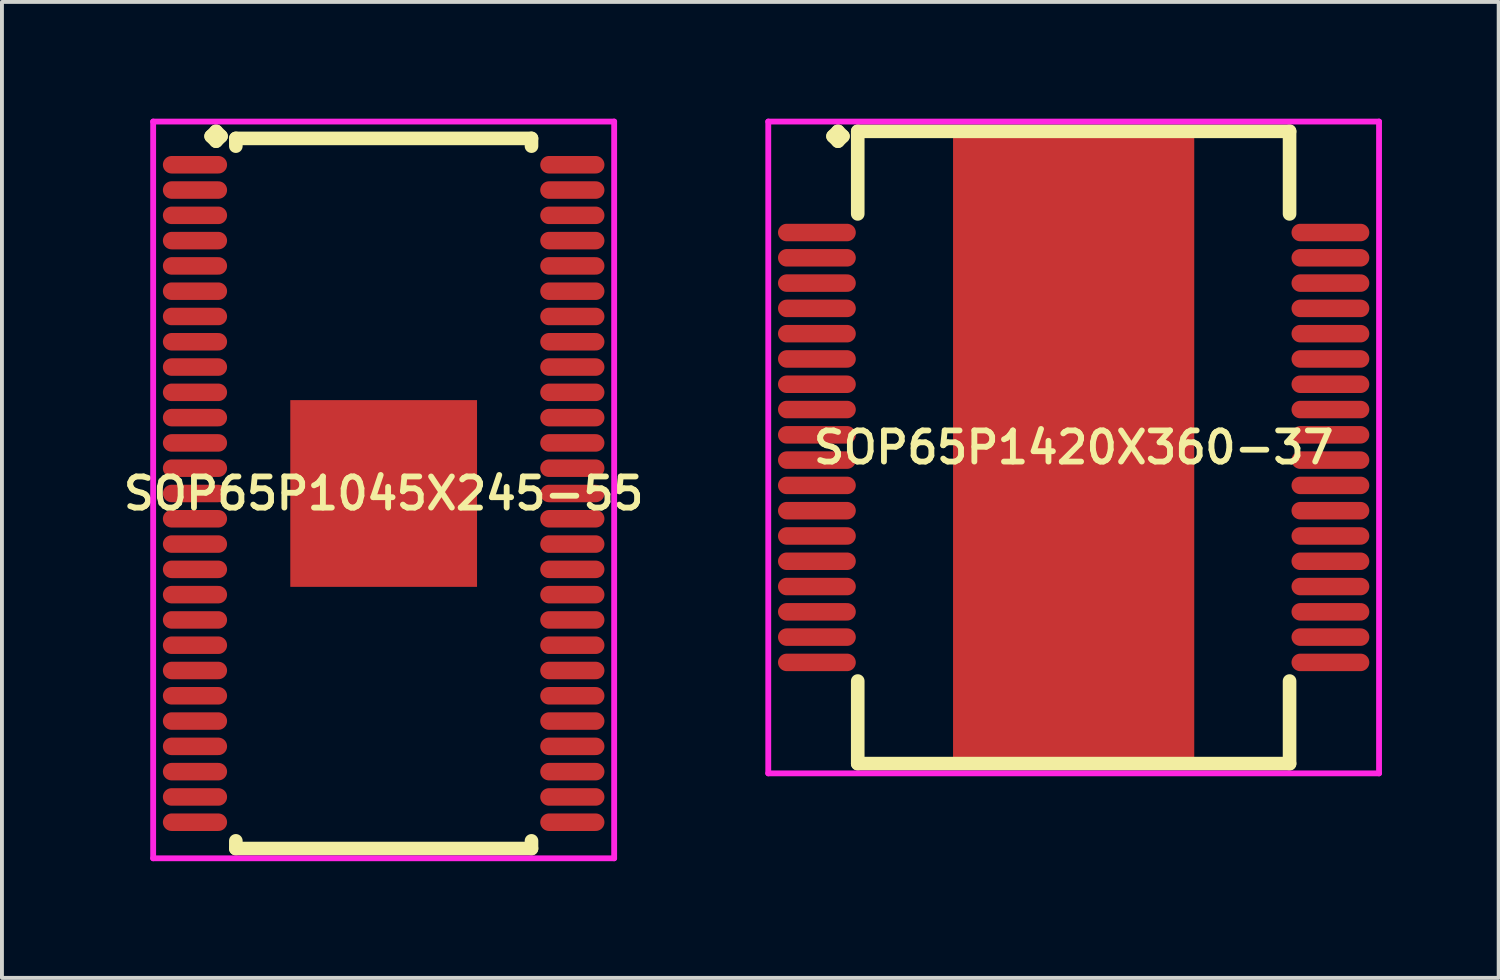
<source format=kicad_pcb>
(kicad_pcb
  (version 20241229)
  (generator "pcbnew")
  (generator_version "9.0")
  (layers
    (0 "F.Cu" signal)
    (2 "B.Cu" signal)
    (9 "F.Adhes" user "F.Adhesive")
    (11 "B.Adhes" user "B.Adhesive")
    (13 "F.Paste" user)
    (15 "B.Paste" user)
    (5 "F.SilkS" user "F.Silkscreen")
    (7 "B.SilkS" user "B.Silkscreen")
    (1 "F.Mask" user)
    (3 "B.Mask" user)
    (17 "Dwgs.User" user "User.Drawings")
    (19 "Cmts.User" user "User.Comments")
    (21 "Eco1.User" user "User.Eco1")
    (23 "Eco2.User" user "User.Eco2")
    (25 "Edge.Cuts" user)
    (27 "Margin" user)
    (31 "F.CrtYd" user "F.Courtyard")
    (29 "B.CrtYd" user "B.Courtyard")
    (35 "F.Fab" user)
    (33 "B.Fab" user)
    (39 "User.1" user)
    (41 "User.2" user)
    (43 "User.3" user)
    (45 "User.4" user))
  (footprint "SOP65P1045X245-55"
    (layer "F.Cu")
    (at 6.812 9.635)
    (property "Reference" "SOP65P1045X245-55" (at 0 0 0) (layer "F.SilkS") (effects (font (size 0.8 0.8) (thickness 0.15))))
    (attr smd)
    (fp_line (start -4.435 -9.183) (end -4.308 -9.31) (stroke (width 0.35) (type solid)) (layer "F.SilkS"))
    (fp_line (start -4.308 -9.31) (end -4.181 -9.183) (stroke (width 0.35) (type solid)) (layer "F.SilkS"))
    (fp_line (start -4.308 -9.056) (end -4.435 -9.183) (stroke (width 0.35) (type solid)) (layer "F.SilkS"))
    (fp_line (start -4.181 -9.183) (end -4.308 -9.056) (stroke (width 0.35) (type solid)) (layer "F.SilkS"))
    (fp_line (start -3.8 -9.127) (end 3.8 -9.127) (stroke (width 0.35) (type solid)) (layer "F.SilkS"))
    (fp_line (start -3.8 -8.929) (end -3.8 -9.127) (stroke (width 0.35) (type solid)) (layer "F.SilkS"))
    (fp_line (start -3.8 8.929) (end -3.8 9.127) (stroke (width 0.35) (type solid)) (layer "F.SilkS"))
    (fp_line (start -3.8 9.127) (end 3.8 9.127) (stroke (width 0.35) (type solid)) (layer "F.SilkS"))
    (fp_line (start 3.8 -9.127) (end 3.8 -8.929) (stroke (width 0.35) (type solid)) (layer "F.SilkS"))
    (fp_line (start 3.8 9.127) (end 3.8 8.929) (stroke (width 0.35) (type solid)) (layer "F.SilkS"))
    (fp_line (start -5.925 -9.56) (end 5.925 -9.56) (stroke (width 0.15) (type solid)) (layer "F.CrtYd"))
    (fp_line (start -5.925 9.377) (end -5.925 -9.56) (stroke (width 0.15) (type solid)) (layer "F.CrtYd"))
    (fp_line (start 5.925 -9.56) (end 5.925 9.377) (stroke (width 0.15) (type solid)) (layer "F.CrtYd"))
    (fp_line (start 5.925 9.377) (end -5.925 9.377) (stroke (width 0.15) (type solid)) (layer "F.CrtYd"))
    (pad "1" smd oval (at -4.85 -8.45) (size 1.65 0.45) (layers "F.Cu" "F.Mask" "F.Paste"))
    (pad "2" smd oval (at -4.85 -7.8) (size 1.65 0.45) (layers "F.Cu" "F.Mask" "F.Paste"))
    (pad "3" smd oval (at -4.85 -7.15) (size 1.65 0.45) (layers "F.Cu" "F.Mask" "F.Paste"))
    (pad "4" smd oval (at -4.85 -6.5) (size 1.65 0.45) (layers "F.Cu" "F.Mask" "F.Paste"))
    (pad "5" smd oval (at -4.85 -5.85) (size 1.65 0.45) (layers "F.Cu" "F.Mask" "F.Paste"))
    (pad "6" smd oval (at -4.85 -5.2) (size 1.65 0.45) (layers "F.Cu" "F.Mask" "F.Paste"))
    (pad "7" smd oval (at -4.85 -4.55) (size 1.65 0.45) (layers "F.Cu" "F.Mask" "F.Paste"))
    (pad "8" smd oval (at -4.85 -3.9) (size 1.65 0.45) (layers "F.Cu" "F.Mask" "F.Paste"))
    (pad "9" smd oval (at -4.85 -3.25) (size 1.65 0.45) (layers "F.Cu" "F.Mask" "F.Paste"))
    (pad "10" smd oval (at -4.85 -2.6) (size 1.65 0.45) (layers "F.Cu" "F.Mask" "F.Paste"))
    (pad "11" smd oval (at -4.85 -1.95) (size 1.65 0.45) (layers "F.Cu" "F.Mask" "F.Paste"))
    (pad "12" smd oval (at -4.85 -1.3) (size 1.65 0.45) (layers "F.Cu" "F.Mask" "F.Paste"))
    (pad "13" smd oval (at -4.85 -0.65) (size 1.65 0.45) (layers "F.Cu" "F.Mask" "F.Paste"))
    (pad "14" smd oval (at -4.85 0) (size 1.65 0.45) (layers "F.Cu" "F.Mask" "F.Paste"))
    (pad "15" smd oval (at -4.85 0.65) (size 1.65 0.45) (layers "F.Cu" "F.Mask" "F.Paste"))
    (pad "16" smd oval (at -4.85 1.3) (size 1.65 0.45) (layers "F.Cu" "F.Mask" "F.Paste"))
    (pad "17" smd oval (at -4.85 1.95) (size 1.65 0.45) (layers "F.Cu" "F.Mask" "F.Paste"))
    (pad "18" smd oval (at -4.85 2.6) (size 1.65 0.45) (layers "F.Cu" "F.Mask" "F.Paste"))
    (pad "19" smd oval (at -4.85 3.25) (size 1.65 0.45) (layers "F.Cu" "F.Mask" "F.Paste"))
    (pad "20" smd oval (at -4.85 3.9) (size 1.65 0.45) (layers "F.Cu" "F.Mask" "F.Paste"))
    (pad "21" smd oval (at -4.85 4.55) (size 1.65 0.45) (layers "F.Cu" "F.Mask" "F.Paste"))
    (pad "22" smd oval (at -4.85 5.2) (size 1.65 0.45) (layers "F.Cu" "F.Mask" "F.Paste"))
    (pad "23" smd oval (at -4.85 5.85) (size 1.65 0.45) (layers "F.Cu" "F.Mask" "F.Paste"))
    (pad "24" smd oval (at -4.85 6.5) (size 1.65 0.45) (layers "F.Cu" "F.Mask" "F.Paste"))
    (pad "25" smd oval (at -4.85 7.15) (size 1.65 0.45) (layers "F.Cu" "F.Mask" "F.Paste"))
    (pad "26" smd oval (at -4.85 7.8) (size 1.65 0.45) (layers "F.Cu" "F.Mask" "F.Paste"))
    (pad "27" smd oval (at -4.85 8.45) (size 1.65 0.45) (layers "F.Cu" "F.Mask" "F.Paste"))
    (pad "28" smd oval (at 4.85 8.45) (size 1.65 0.45) (layers "F.Cu" "F.Mask" "F.Paste"))
    (pad "29" smd oval (at 4.85 7.8) (size 1.65 0.45) (layers "F.Cu" "F.Mask" "F.Paste"))
    (pad "30" smd oval (at 4.85 7.15) (size 1.65 0.45) (layers "F.Cu" "F.Mask" "F.Paste"))
    (pad "31" smd oval (at 4.85 6.5) (size 1.65 0.45) (layers "F.Cu" "F.Mask" "F.Paste"))
    (pad "32" smd oval (at 4.85 5.85) (size 1.65 0.45) (layers "F.Cu" "F.Mask" "F.Paste"))
    (pad "33" smd oval (at 4.85 5.2) (size 1.65 0.45) (layers "F.Cu" "F.Mask" "F.Paste"))
    (pad "34" smd oval (at 4.85 4.55) (size 1.65 0.45) (layers "F.Cu" "F.Mask" "F.Paste"))
    (pad "35" smd oval (at 4.85 3.9) (size 1.65 0.45) (layers "F.Cu" "F.Mask" "F.Paste"))
    (pad "36" smd oval (at 4.85 3.25) (size 1.65 0.45) (layers "F.Cu" "F.Mask" "F.Paste"))
    (pad "37" smd oval (at 4.85 2.6) (size 1.65 0.45) (layers "F.Cu" "F.Mask" "F.Paste"))
    (pad "38" smd oval (at 4.85 1.95) (size 1.65 0.45) (layers "F.Cu" "F.Mask" "F.Paste"))
    (pad "39" smd oval (at 4.85 1.3) (size 1.65 0.45) (layers "F.Cu" "F.Mask" "F.Paste"))
    (pad "40" smd oval (at 4.85 0.65) (size 1.65 0.45) (layers "F.Cu" "F.Mask" "F.Paste"))
    (pad "41" smd oval (at 4.85 0) (size 1.65 0.45) (layers "F.Cu" "F.Mask" "F.Paste"))
    (pad "42" smd oval (at 4.85 -0.65) (size 1.65 0.45) (layers "F.Cu" "F.Mask" "F.Paste"))
    (pad "43" smd oval (at 4.85 -1.3) (size 1.65 0.45) (layers "F.Cu" "F.Mask" "F.Paste"))
    (pad "44" smd oval (at 4.85 -1.95) (size 1.65 0.45) (layers "F.Cu" "F.Mask" "F.Paste"))
    (pad "45" smd oval (at 4.85 -2.6) (size 1.65 0.45) (layers "F.Cu" "F.Mask" "F.Paste"))
    (pad "46" smd oval (at 4.85 -3.25) (size 1.65 0.45) (layers "F.Cu" "F.Mask" "F.Paste"))
    (pad "47" smd oval (at 4.85 -3.9) (size 1.65 0.45) (layers "F.Cu" "F.Mask" "F.Paste"))
    (pad "48" smd oval (at 4.85 -4.55) (size 1.65 0.45) (layers "F.Cu" "F.Mask" "F.Paste"))
    (pad "49" smd oval (at 4.85 -5.2) (size 1.65 0.45) (layers "F.Cu" "F.Mask" "F.Paste"))
    (pad "50" smd oval (at 4.85 -5.85) (size 1.65 0.45) (layers "F.Cu" "F.Mask" "F.Paste"))
    (pad "51" smd oval (at 4.85 -6.5) (size 1.65 0.45) (layers "F.Cu" "F.Mask" "F.Paste"))
    (pad "52" smd oval (at 4.85 -7.15) (size 1.65 0.45) (layers "F.Cu" "F.Mask" "F.Paste"))
    (pad "53" smd oval (at 4.85 -7.8) (size 1.65 0.45) (layers "F.Cu" "F.Mask" "F.Paste"))
    (pad "54" smd oval (at 4.85 -8.45) (size 1.65 0.45) (layers "F.Cu" "F.Mask" "F.Paste"))
    (pad "55" smd rect (at 0 0) (size 4.8 4.8) (layers "F.Cu" "F.Mask" "F.Paste")))
  (footprint "SOP65P1420X360-37"
    (layer "F.Cu")
    (at 24.548 8.452)
    (property "Reference" "SOP65P1420X360-37" (at 0 0 0) (layer "F.SilkS") (effects (font (size 0.8 0.8) (thickness 0.15))))
    (attr smd)
    (fp_line (start -6.185 -8) (end -6.058 -8.127) (stroke (width 0.35) (type solid)) (layer "F.SilkS"))
    (fp_line (start -6.058 -8.127) (end -5.931 -8) (stroke (width 0.35) (type solid)) (layer "F.SilkS"))
    (fp_line (start -6.058 -7.873) (end -6.185 -8) (stroke (width 0.35) (type solid)) (layer "F.SilkS"))
    (fp_line (start -5.931 -8) (end -6.058 -7.873) (stroke (width 0.35) (type solid)) (layer "F.SilkS"))
    (fp_line (start -5.55 -8.127) (end 5.55 -8.127) (stroke (width 0.35) (type solid)) (layer "F.SilkS"))
    (fp_line (start -5.55 -6.004) (end -5.55 -8.127) (stroke (width 0.35) (type solid)) (layer "F.SilkS"))
    (fp_line (start -5.55 6.004) (end -5.55 8.127) (stroke (width 0.35) (type solid)) (layer "F.SilkS"))
    (fp_line (start -5.55 8.127) (end 5.55 8.127) (stroke (width 0.35) (type solid)) (layer "F.SilkS"))
    (fp_line (start 5.55 -8.127) (end 5.55 -6.004) (stroke (width 0.35) (type solid)) (layer "F.SilkS"))
    (fp_line (start 5.55 8.127) (end 5.55 6.004) (stroke (width 0.35) (type solid)) (layer "F.SilkS"))
    (fp_line (start -7.85 -8.377) (end 7.85 -8.377) (stroke (width 0.15) (type solid)) (layer "F.CrtYd"))
    (fp_line (start -7.85 8.377) (end -7.85 -8.377) (stroke (width 0.15) (type solid)) (layer "F.CrtYd"))
    (fp_line (start 7.85 -8.377) (end 7.85 8.377) (stroke (width 0.15) (type solid)) (layer "F.CrtYd"))
    (fp_line (start 7.85 8.377) (end -7.85 8.377) (stroke (width 0.15) (type solid)) (layer "F.CrtYd"))
    (pad "1" smd oval (at -6.6 -5.525) (size 2 0.45) (layers "F.Cu" "F.Mask" "F.Paste"))
    (pad "2" smd oval (at -6.6 -4.875) (size 2 0.45) (layers "F.Cu" "F.Mask" "F.Paste"))
    (pad "3" smd oval (at -6.6 -4.225) (size 2 0.45) (layers "F.Cu" "F.Mask" "F.Paste"))
    (pad "4" smd oval (at -6.6 -3.575) (size 2 0.45) (layers "F.Cu" "F.Mask" "F.Paste"))
    (pad "5" smd oval (at -6.6 -2.925) (size 2 0.45) (layers "F.Cu" "F.Mask" "F.Paste"))
    (pad "6" smd oval (at -6.6 -2.275) (size 2 0.45) (layers "F.Cu" "F.Mask" "F.Paste"))
    (pad "7" smd oval (at -6.6 -1.625) (size 2 0.45) (layers "F.Cu" "F.Mask" "F.Paste"))
    (pad "8" smd oval (at -6.6 -0.975) (size 2 0.45) (layers "F.Cu" "F.Mask" "F.Paste"))
    (pad "9" smd oval (at -6.6 -0.325) (size 2 0.45) (layers "F.Cu" "F.Mask" "F.Paste"))
    (pad "10" smd oval (at -6.6 0.325) (size 2 0.45) (layers "F.Cu" "F.Mask" "F.Paste"))
    (pad "11" smd oval (at -6.6 0.975) (size 2 0.45) (layers "F.Cu" "F.Mask" "F.Paste"))
    (pad "12" smd oval (at -6.6 1.625) (size 2 0.45) (layers "F.Cu" "F.Mask" "F.Paste"))
    (pad "13" smd oval (at -6.6 2.275) (size 2 0.45) (layers "F.Cu" "F.Mask" "F.Paste"))
    (pad "14" smd oval (at -6.6 2.925) (size 2 0.45) (layers "F.Cu" "F.Mask" "F.Paste"))
    (pad "15" smd oval (at -6.6 3.575) (size 2 0.45) (layers "F.Cu" "F.Mask" "F.Paste"))
    (pad "16" smd oval (at -6.6 4.225) (size 2 0.45) (layers "F.Cu" "F.Mask" "F.Paste"))
    (pad "17" smd oval (at -6.6 4.875) (size 2 0.45) (layers "F.Cu" "F.Mask" "F.Paste"))
    (pad "18" smd oval (at -6.6 5.525) (size 2 0.45) (layers "F.Cu" "F.Mask" "F.Paste"))
    (pad "19" smd oval (at 6.6 5.525) (size 2 0.45) (layers "F.Cu" "F.Mask" "F.Paste"))
    (pad "20" smd oval (at 6.6 4.875) (size 2 0.45) (layers "F.Cu" "F.Mask" "F.Paste"))
    (pad "21" smd oval (at 6.6 4.225) (size 2 0.45) (layers "F.Cu" "F.Mask" "F.Paste"))
    (pad "22" smd oval (at 6.6 3.575) (size 2 0.45) (layers "F.Cu" "F.Mask" "F.Paste"))
    (pad "23" smd oval (at 6.6 2.925) (size 2 0.45) (layers "F.Cu" "F.Mask" "F.Paste"))
    (pad "24" smd oval (at 6.6 2.275) (size 2 0.45) (layers "F.Cu" "F.Mask" "F.Paste"))
    (pad "25" smd oval (at 6.6 1.625) (size 2 0.45) (layers "F.Cu" "F.Mask" "F.Paste"))
    (pad "26" smd oval (at 6.6 0.975) (size 2 0.45) (layers "F.Cu" "F.Mask" "F.Paste"))
    (pad "27" smd oval (at 6.6 0.325) (size 2 0.45) (layers "F.Cu" "F.Mask" "F.Paste"))
    (pad "28" smd oval (at 6.6 -0.325) (size 2 0.45) (layers "F.Cu" "F.Mask" "F.Paste"))
    (pad "29" smd oval (at 6.6 -0.975) (size 2 0.45) (layers "F.Cu" "F.Mask" "F.Paste"))
    (pad "30" smd oval (at 6.6 -1.625) (size 2 0.45) (layers "F.Cu" "F.Mask" "F.Paste"))
    (pad "31" smd oval (at 6.6 -2.275) (size 2 0.45) (layers "F.Cu" "F.Mask" "F.Paste"))
    (pad "32" smd oval (at 6.6 -2.925) (size 2 0.45) (layers "F.Cu" "F.Mask" "F.Paste"))
    (pad "33" smd oval (at 6.6 -3.575) (size 2 0.45) (layers "F.Cu" "F.Mask" "F.Paste"))
    (pad "34" smd oval (at 6.6 -4.225) (size 2 0.45) (layers "F.Cu" "F.Mask" "F.Paste"))
    (pad "35" smd oval (at 6.6 -4.875) (size 2 0.45) (layers "F.Cu" "F.Mask" "F.Paste"))
    (pad "36" smd oval (at 6.6 -5.525) (size 2 0.45) (layers "F.Cu" "F.Mask" "F.Paste"))
    (pad "37" smd rect (at 0 0) (size 6.2 16) (layers "F.Cu" "F.Mask" "F.Paste")))
  (gr_rect
    (start -3 -3)
    (end 35.473 22.087)
    (stroke (width 0.1) (type default))
    (fill no)
    (layer "Edge.Cuts")))
</source>
